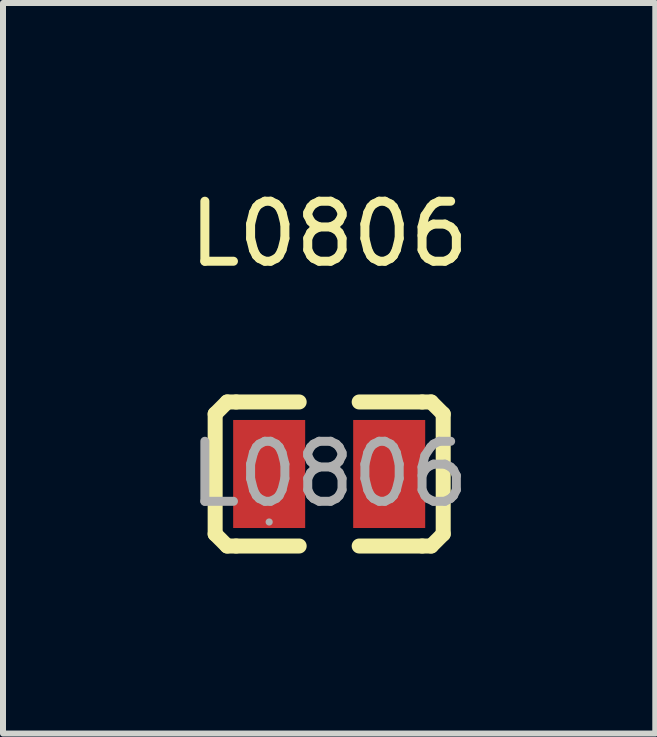
<source format=kicad_pcb>
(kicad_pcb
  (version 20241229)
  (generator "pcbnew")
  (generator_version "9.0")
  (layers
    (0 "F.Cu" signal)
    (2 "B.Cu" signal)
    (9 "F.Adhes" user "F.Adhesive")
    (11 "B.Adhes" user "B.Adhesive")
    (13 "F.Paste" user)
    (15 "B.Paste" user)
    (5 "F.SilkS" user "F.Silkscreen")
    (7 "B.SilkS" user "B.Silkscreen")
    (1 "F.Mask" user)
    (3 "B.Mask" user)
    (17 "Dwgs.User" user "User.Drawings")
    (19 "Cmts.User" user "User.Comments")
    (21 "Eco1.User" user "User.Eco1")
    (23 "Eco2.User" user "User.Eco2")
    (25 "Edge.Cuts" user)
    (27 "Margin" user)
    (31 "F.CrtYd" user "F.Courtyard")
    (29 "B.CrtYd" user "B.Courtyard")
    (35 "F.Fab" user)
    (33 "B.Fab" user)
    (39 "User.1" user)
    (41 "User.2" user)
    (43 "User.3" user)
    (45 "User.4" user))
  (footprint "L0806"
    (layer "F.Cu")
    (at 2.435 4.848)
    (property "Reference" "L0806" (at 0 -4 0) (layer "F.SilkS") (effects (font (size 1 1) (thickness 0.15))))
    (attr smd)
    (fp_line (start -1.9 -1) (end -1.9 1) (stroke (width 0.25) (type solid)) (layer "F.SilkS"))
    (fp_line (start -1.7 -1.2) (end -1.9 -1) (stroke (width 0.25) (type solid)) (layer "F.SilkS"))
    (fp_line (start -1.7 1.2) (end -1.9 1) (stroke (width 0.25) (type solid)) (layer "F.SilkS"))
    (fp_line (start -1.55 -1.2) (end -1.7 -1.2) (stroke (width 0.25) (type solid)) (layer "F.SilkS"))
    (fp_line (start -1.55 1.2) (end -1.7 1.2) (stroke (width 0.25) (type solid)) (layer "F.SilkS"))
    (fp_line (start -0.5 -1.2) (end -1.55 -1.2) (stroke (width 0.25) (type solid)) (layer "F.SilkS"))
    (fp_line (start -0.5 1.2) (end -1.55 1.2) (stroke (width 0.25) (type solid)) (layer "F.SilkS"))
    (fp_line (start 0.5 -1.2) (end 1.55 -1.2) (stroke (width 0.25) (type solid)) (layer "F.SilkS"))
    (fp_line (start 0.5 1.2) (end 1.55 1.2) (stroke (width 0.25) (type solid)) (layer "F.SilkS"))
    (fp_line (start 1.55 -1.2) (end 1.7 -1.2) (stroke (width 0.25) (type solid)) (layer "F.SilkS"))
    (fp_line (start 1.55 1.2) (end 1.7 1.2) (stroke (width 0.25) (type solid)) (layer "F.SilkS"))
    (fp_line (start 1.7 -1.2) (end 1.9 -1) (stroke (width 0.25) (type solid)) (layer "F.SilkS"))
    (fp_line (start 1.7 1.2) (end 1.9 1) (stroke (width 0.25) (type solid)) (layer "F.SilkS"))
    (fp_line (start 1.9 -1) (end 1.9 1) (stroke (width 0.25) (type solid)) (layer "F.SilkS"))
    (fp_circle (center -1 0.8) (end -0.97 0.8) (stroke (width 0.06) (type solid)) (fill no) (layer "F.Fab"))
    (fp_text user "${REFERENCE}" (at 0 0 0) (layer "F.Fab") (effects (font (size 1 1) (thickness 0.15))))
    (pad "1" smd rect (at -1 0) (size 1.2 1.8) (layers "F.Cu" "F.Mask" "F.Paste"))
    (pad "2" smd rect (at 1 0) (size 1.2 1.8) (layers "F.Cu" "F.Mask" "F.Paste")))
  (gr_rect
    (start -3 -3)
    (end 7.869 9.173)
    (stroke (width 0.1) (type default))
    (fill no)
    (layer "Edge.Cuts")))
</source>
